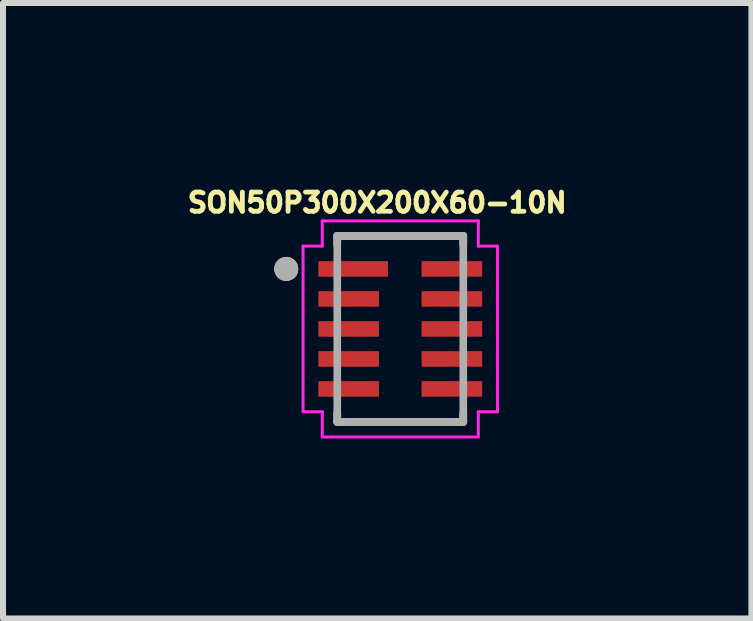
<source format=kicad_pcb>
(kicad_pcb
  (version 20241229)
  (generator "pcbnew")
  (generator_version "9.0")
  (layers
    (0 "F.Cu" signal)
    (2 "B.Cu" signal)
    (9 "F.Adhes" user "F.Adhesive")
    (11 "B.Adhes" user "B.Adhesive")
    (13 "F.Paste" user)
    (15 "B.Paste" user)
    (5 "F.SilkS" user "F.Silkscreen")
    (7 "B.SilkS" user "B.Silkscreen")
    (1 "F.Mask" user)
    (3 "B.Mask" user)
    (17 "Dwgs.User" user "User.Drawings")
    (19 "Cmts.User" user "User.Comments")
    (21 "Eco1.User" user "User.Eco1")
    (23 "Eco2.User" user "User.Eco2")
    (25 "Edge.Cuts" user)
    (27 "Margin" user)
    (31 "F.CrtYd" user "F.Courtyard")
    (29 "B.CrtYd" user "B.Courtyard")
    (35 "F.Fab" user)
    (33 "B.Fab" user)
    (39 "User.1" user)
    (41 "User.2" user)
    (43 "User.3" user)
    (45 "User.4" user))
  (footprint "SON50P300X200X60-10N"
    (layer "F.Cu")
    (at 3.62 2.431)
    (property "Reference" "SON50P300X200X60-10N" (at -0.384 -2.104 0) (layer "F.SilkS") (effects (font (size 0.32 0.32) (thickness 0.15))))
    (attr smd)
    (fp_line (start -1.05 -1.55) (end 1.05 -1.55) (stroke (width 0.127) (type solid)) (layer "F.SilkS"))
    (fp_line (start -1.05 -1.4) (end -1.05 -1.55) (stroke (width 0.127) (type solid)) (layer "F.SilkS"))
    (fp_line (start -1.05 1.4) (end -1.05 1.55) (stroke (width 0.127) (type solid)) (layer "F.SilkS"))
    (fp_line (start -1.05 1.55) (end 1.05 1.55) (stroke (width 0.127) (type solid)) (layer "F.SilkS"))
    (fp_line (start 1.05 -1.55) (end 1.05 -1.4) (stroke (width 0.127) (type solid)) (layer "F.SilkS"))
    (fp_line (start 1.05 1.55) (end 1.05 1.4) (stroke (width 0.127) (type solid)) (layer "F.SilkS"))
    (fp_circle (center -1.9 -1) (end -1.8 -1) (stroke (width 0.2) (type solid)) (fill no) (layer "F.SilkS"))
    (fp_line (start -1.62 -1.38) (end -1.3 -1.38) (stroke (width 0.05) (type solid)) (layer "F.CrtYd"))
    (fp_line (start -1.62 1.38) (end -1.62 -1.38) (stroke (width 0.05) (type solid)) (layer "F.CrtYd"))
    (fp_line (start -1.3 -1.8) (end 1.3 -1.8) (stroke (width 0.05) (type solid)) (layer "F.CrtYd"))
    (fp_line (start -1.3 -1.38) (end -1.3 -1.8) (stroke (width 0.05) (type solid)) (layer "F.CrtYd"))
    (fp_line (start -1.3 1.38) (end -1.62 1.38) (stroke (width 0.05) (type solid)) (layer "F.CrtYd"))
    (fp_line (start -1.3 1.8) (end -1.3 1.38) (stroke (width 0.05) (type solid)) (layer "F.CrtYd"))
    (fp_line (start 1.3 -1.8) (end 1.3 -1.38) (stroke (width 0.05) (type solid)) (layer "F.CrtYd"))
    (fp_line (start 1.3 -1.38) (end 1.62 -1.38) (stroke (width 0.05) (type solid)) (layer "F.CrtYd"))
    (fp_line (start 1.3 1.38) (end 1.3 1.8) (stroke (width 0.05) (type solid)) (layer "F.CrtYd"))
    (fp_line (start 1.3 1.8) (end -1.3 1.8) (stroke (width 0.05) (type solid)) (layer "F.CrtYd"))
    (fp_line (start 1.62 -1.38) (end 1.62 1.38) (stroke (width 0.05) (type solid)) (layer "F.CrtYd"))
    (fp_line (start 1.62 1.38) (end 1.3 1.38) (stroke (width 0.05) (type solid)) (layer "F.CrtYd"))
    (fp_line (start -1.05 -1.55) (end 1.05 -1.55) (stroke (width 0.127) (type solid)) (layer "F.Fab"))
    (fp_line (start -1.05 1.55) (end -1.05 -1.55) (stroke (width 0.127) (type solid)) (layer "F.Fab"))
    (fp_line (start 1.05 -1.55) (end 1.05 1.55) (stroke (width 0.127) (type solid)) (layer "F.Fab"))
    (fp_line (start 1.05 1.55) (end -1.05 1.55) (stroke (width 0.127) (type solid)) (layer "F.Fab"))
    (fp_circle (center -1.9 -1) (end -1.8 -1) (stroke (width 0.2) (type solid)) (fill no) (layer "F.Fab"))
    (pad "1" smd roundrect (at -0.785 -1) (size 1.16 0.26) (layers "F.Cu" "F.Mask" "F.Paste") (roundrect_rratio 0.01))
    (pad "2" smd roundrect (at -0.86 -0.5) (size 1.01 0.26) (layers "F.Cu" "F.Mask" "F.Paste") (roundrect_rratio 0.01))
    (pad "3" smd roundrect (at -0.86 0) (size 1.01 0.26) (layers "F.Cu" "F.Mask" "F.Paste") (roundrect_rratio 0.01))
    (pad "4" smd roundrect (at -0.86 0.5) (size 1.01 0.26) (layers "F.Cu" "F.Mask" "F.Paste") (roundrect_rratio 0.01))
    (pad "5" smd roundrect (at -0.86 1) (size 1.01 0.26) (layers "F.Cu" "F.Mask" "F.Paste") (roundrect_rratio 0.01))
    (pad "6" smd roundrect (at 0.86 1 180) (size 1.01 0.26) (layers "F.Cu" "F.Mask" "F.Paste") (roundrect_rratio 0.01))
    (pad "7" smd roundrect (at 0.86 0.5 180) (size 1.01 0.26) (layers "F.Cu" "F.Mask" "F.Paste") (roundrect_rratio 0.01))
    (pad "8" smd roundrect (at 0.86 0 180) (size 1.01 0.26) (layers "F.Cu" "F.Mask" "F.Paste") (roundrect_rratio 0.01))
    (pad "9" smd roundrect (at 0.86 -0.5 180) (size 1.01 0.26) (layers "F.Cu" "F.Mask" "F.Paste") (roundrect_rratio 0.01))
    (pad "10" smd roundrect (at 0.86 -1 180) (size 1.01 0.26) (layers "F.Cu" "F.Mask" "F.Paste") (roundrect_rratio 0.01)))
  (gr_rect
    (start -3 -3)
    (end 9.471 7.256)
    (stroke (width 0.1) (type default))
    (fill no)
    (layer "Edge.Cuts")))
</source>
